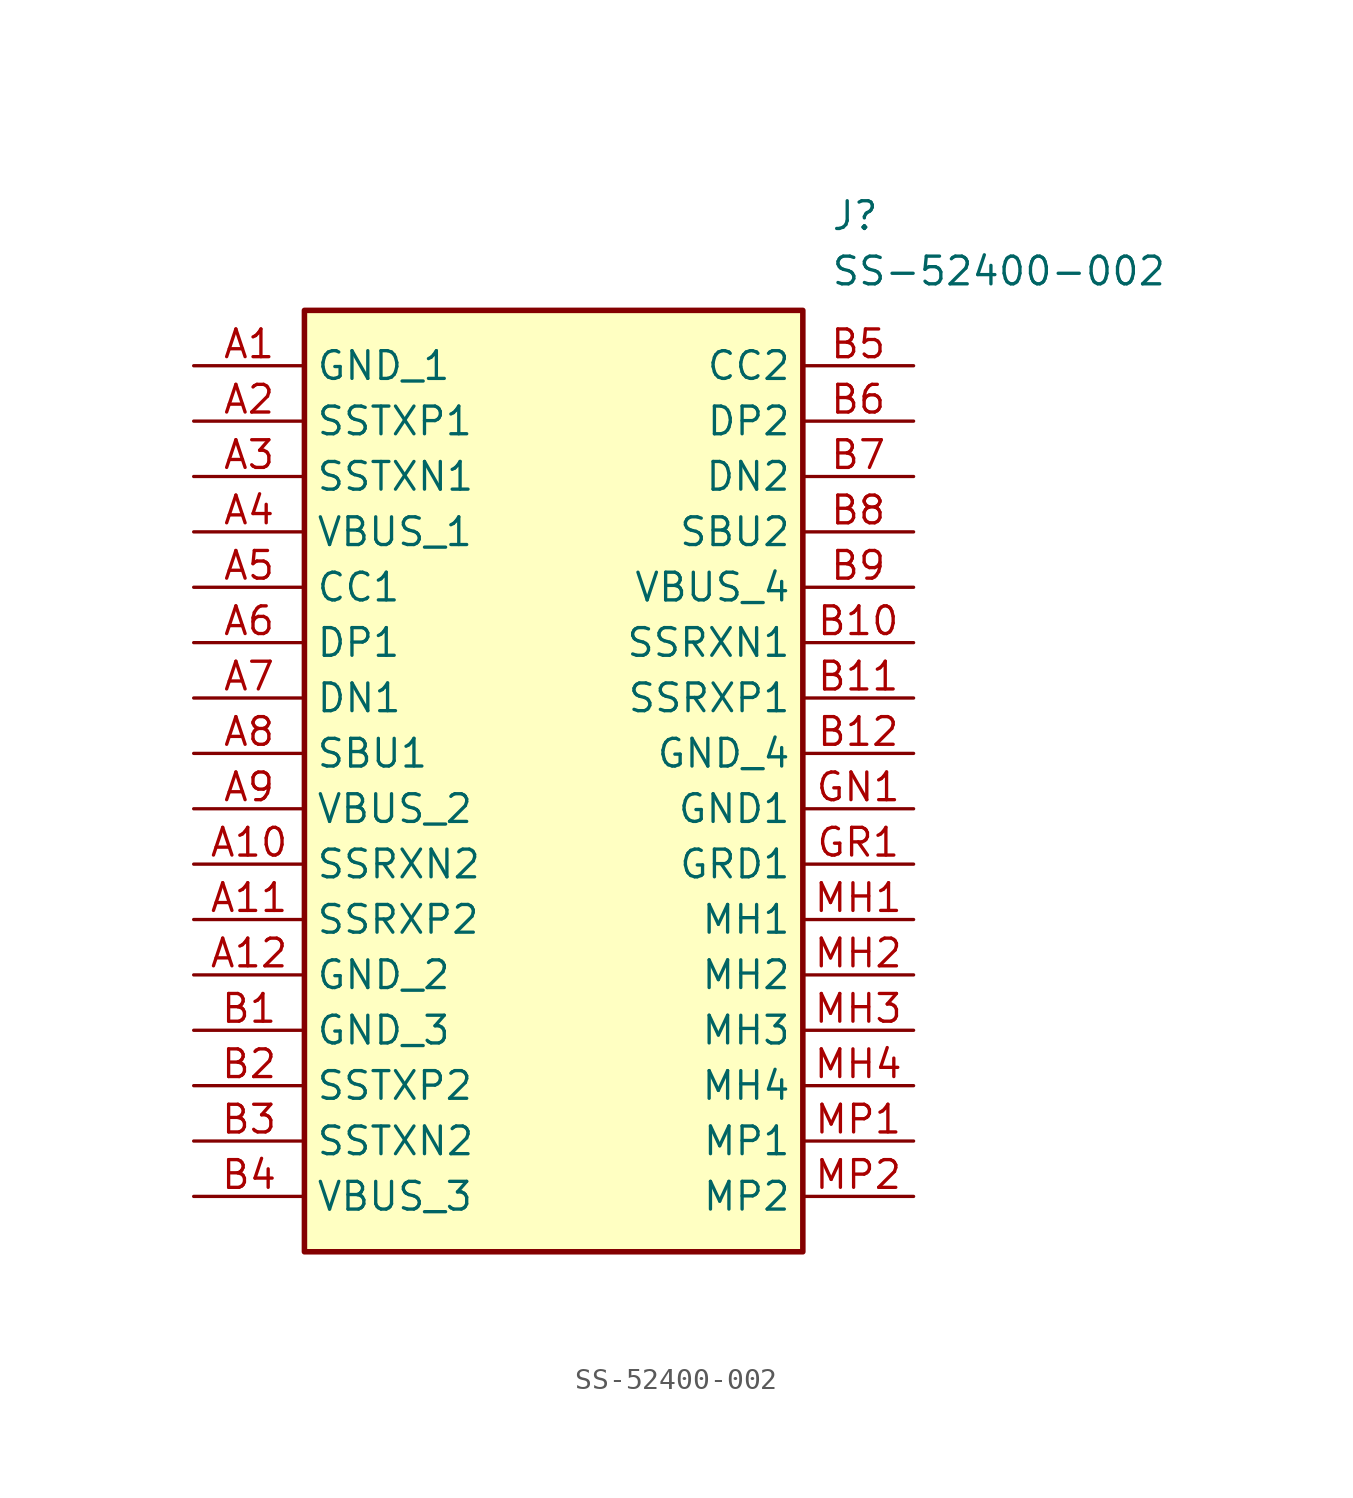
<source format=kicad_sym>
(kicad_symbol_lib
  (version 20211014)
  (generator SamacSys_ECAD_Model)
  (symbol "SS-52400-002"
    (property "Reference" "J"
      (at 29.21 7.62 0)
      (effects (font (size 1.27 1.27)) (justify left top)))
    (property "Value" "SS-52400-002"
      (at 29.21 5.08 0)
      (effects (font (size 1.27 1.27)) (justify left top)))
    (rectangle
      (start 5.08 2.54)
      (end 27.94 -40.64)
      (stroke (width 0.254) (type default))
      (fill (type background)))
    (pin passive line
      (at 0 0 0)
      (length 5.08)
      (name "GND_1" (effects (font (size 1.27 1.27))))
      (number "A1" (effects (font (size 1.27 1.27)))))
    (pin passive line
      (at 0 -2.54 0)
      (length 5.08)
      (name "SSTXP1" (effects (font (size 1.27 1.27))))
      (number "A2" (effects (font (size 1.27 1.27)))))
    (pin passive line
      (at 0 -5.08 0)
      (length 5.08)
      (name "SSTXN1" (effects (font (size 1.27 1.27))))
      (number "A3" (effects (font (size 1.27 1.27)))))
    (pin passive line
      (at 0 -7.62 0)
      (length 5.08)
      (name "VBUS_1" (effects (font (size 1.27 1.27))))
      (number "A4" (effects (font (size 1.27 1.27)))))
    (pin passive line
      (at 0 -10.16 0)
      (length 5.08)
      (name "CC1" (effects (font (size 1.27 1.27))))
      (number "A5" (effects (font (size 1.27 1.27)))))
    (pin passive line
      (at 0 -12.7 0)
      (length 5.08)
      (name "DP1" (effects (font (size 1.27 1.27))))
      (number "A6" (effects (font (size 1.27 1.27)))))
    (pin passive line
      (at 0 -15.24 0)
      (length 5.08)
      (name "DN1" (effects (font (size 1.27 1.27))))
      (number "A7" (effects (font (size 1.27 1.27)))))
    (pin passive line
      (at 0 -17.78 0)
      (length 5.08)
      (name "SBU1" (effects (font (size 1.27 1.27))))
      (number "A8" (effects (font (size 1.27 1.27)))))
    (pin passive line
      (at 0 -20.32 0)
      (length 5.08)
      (name "VBUS_2" (effects (font (size 1.27 1.27))))
      (number "A9" (effects (font (size 1.27 1.27)))))
    (pin passive line
      (at 0 -22.86 0)
      (length 5.08)
      (name "SSRXN2" (effects (font (size 1.27 1.27))))
      (number "A10" (effects (font (size 1.27 1.27)))))
    (pin passive line
      (at 0 -25.4 0)
      (length 5.08)
      (name "SSRXP2" (effects (font (size 1.27 1.27))))
      (number "A11" (effects (font (size 1.27 1.27)))))
    (pin passive line
      (at 0 -27.94 0)
      (length 5.08)
      (name "GND_2" (effects (font (size 1.27 1.27))))
      (number "A12" (effects (font (size 1.27 1.27)))))
    (pin passive line
      (at 0 -30.48 0)
      (length 5.08)
      (name "GND_3" (effects (font (size 1.27 1.27))))
      (number "B1" (effects (font (size 1.27 1.27)))))
    (pin passive line
      (at 0 -33.02 0)
      (length 5.08)
      (name "SSTXP2" (effects (font (size 1.27 1.27))))
      (number "B2" (effects (font (size 1.27 1.27)))))
    (pin passive line
      (at 0 -35.56 0)
      (length 5.08)
      (name "SSTXN2" (effects (font (size 1.27 1.27))))
      (number "B3" (effects (font (size 1.27 1.27)))))
    (pin passive line
      (at 0 -38.1 0)
      (length 5.08)
      (name "VBUS_3" (effects (font (size 1.27 1.27))))
      (number "B4" (effects (font (size 1.27 1.27)))))
    (pin passive line
      (at 33.02 0 180)
      (length 5.08)
      (name "CC2" (effects (font (size 1.27 1.27))))
      (number "B5" (effects (font (size 1.27 1.27)))))
    (pin passive line
      (at 33.02 -2.54 180)
      (length 5.08)
      (name "DP2" (effects (font (size 1.27 1.27))))
      (number "B6" (effects (font (size 1.27 1.27)))))
    (pin passive line
      (at 33.02 -5.08 180)
      (length 5.08)
      (name "DN2" (effects (font (size 1.27 1.27))))
      (number "B7" (effects (font (size 1.27 1.27)))))
    (pin passive line
      (at 33.02 -7.62 180)
      (length 5.08)
      (name "SBU2" (effects (font (size 1.27 1.27))))
      (number "B8" (effects (font (size 1.27 1.27)))))
    (pin passive line
      (at 33.02 -10.16 180)
      (length 5.08)
      (name "VBUS_4" (effects (font (size 1.27 1.27))))
      (number "B9" (effects (font (size 1.27 1.27)))))
    (pin passive line
      (at 33.02 -12.7 180)
      (length 5.08)
      (name "SSRXN1" (effects (font (size 1.27 1.27))))
      (number "B10" (effects (font (size 1.27 1.27)))))
    (pin passive line
      (at 33.02 -15.24 180)
      (length 5.08)
      (name "SSRXP1" (effects (font (size 1.27 1.27))))
      (number "B11" (effects (font (size 1.27 1.27)))))
    (pin passive line
      (at 33.02 -17.78 180)
      (length 5.08)
      (name "GND_4" (effects (font (size 1.27 1.27))))
      (number "B12" (effects (font (size 1.27 1.27)))))
    (pin passive line
      (at 33.02 -20.32 180)
      (length 5.08)
      (name "GND1" (effects (font (size 1.27 1.27))))
      (number "GN1" (effects (font (size 1.27 1.27)))))
    (pin passive line
      (at 33.02 -22.86 180)
      (length 5.08)
      (name "GRD1" (effects (font (size 1.27 1.27))))
      (number "GR1" (effects (font (size 1.27 1.27)))))
    (pin passive line
      (at 33.02 -25.4 180)
      (length 5.08)
      (name "MH1" (effects (font (size 1.27 1.27))))
      (number "MH1" (effects (font (size 1.27 1.27)))))
    (pin passive line
      (at 33.02 -27.94 180)
      (length 5.08)
      (name "MH2" (effects (font (size 1.27 1.27))))
      (number "MH2" (effects (font (size 1.27 1.27)))))
    (pin passive line
      (at 33.02 -30.48 180)
      (length 5.08)
      (name "MH3" (effects (font (size 1.27 1.27))))
      (number "MH3" (effects (font (size 1.27 1.27)))))
    (pin passive line
      (at 33.02 -33.02 180)
      (length 5.08)
      (name "MH4" (effects (font (size 1.27 1.27))))
      (number "MH4" (effects (font (size 1.27 1.27)))))
    (pin passive line
      (at 33.02 -35.56 180)
      (length 5.08)
      (name "MP1" (effects (font (size 1.27 1.27))))
      (number "MP1" (effects (font (size 1.27 1.27)))))
    (pin passive line
      (at 33.02 -38.1 180)
      (length 5.08)
      (name "MP2" (effects (font (size 1.27 1.27))))
      (number "MP2" (effects (font (size 1.27 1.27)))))))
</source>
